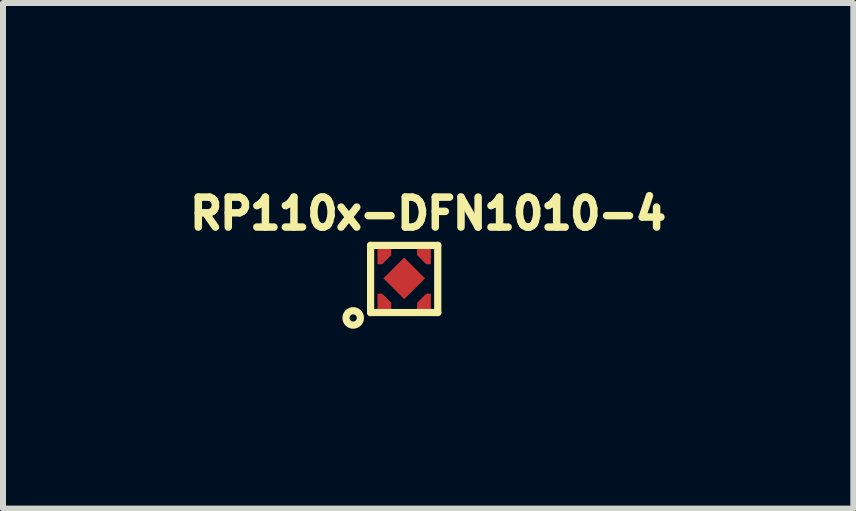
<source format=kicad_pcb>
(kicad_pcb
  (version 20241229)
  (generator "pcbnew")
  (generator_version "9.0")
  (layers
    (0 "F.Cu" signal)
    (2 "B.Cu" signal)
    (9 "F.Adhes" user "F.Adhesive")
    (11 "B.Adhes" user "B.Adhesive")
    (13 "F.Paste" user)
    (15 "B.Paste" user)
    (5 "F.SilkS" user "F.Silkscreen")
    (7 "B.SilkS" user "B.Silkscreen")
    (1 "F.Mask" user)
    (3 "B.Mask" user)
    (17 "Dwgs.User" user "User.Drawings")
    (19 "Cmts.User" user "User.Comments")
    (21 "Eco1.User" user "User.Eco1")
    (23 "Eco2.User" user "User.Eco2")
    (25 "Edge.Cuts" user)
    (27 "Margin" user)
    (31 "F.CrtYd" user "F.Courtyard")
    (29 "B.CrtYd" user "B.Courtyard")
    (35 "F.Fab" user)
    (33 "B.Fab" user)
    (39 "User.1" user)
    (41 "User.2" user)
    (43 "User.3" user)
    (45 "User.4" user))
  (footprint "RP110x-DFN1010-4"
    (layer "F.Cu")
    (at 3.13 2.162)
    (property "Reference" "RP110x-DFN1010-4" (at 0.96 -1.65 0) (layer "F.SilkS") (effects (font (size 0.5 0.5) (thickness 0.125))))
    (attr through_hole)
    (fp_line (start 0 -1.12) (end 1.12 -1.12) (stroke (width 0.12) (type solid)) (layer "F.SilkS"))
    (fp_line (start 0 0) (end 0 -1.12) (stroke (width 0.12) (type solid)) (layer "F.SilkS"))
    (fp_line (start 1.12 -1.12) (end 1.12 0) (stroke (width 0.12) (type solid)) (layer "F.SilkS"))
    (fp_line (start 1.12 0) (end 0 0) (stroke (width 0.12) (type solid)) (layer "F.SilkS"))
    (fp_circle (center -0.29 0.09) (end -0.17 0.09) (stroke (width 0.12) (type solid)) (fill no) (layer "F.SilkS"))
    (pad "1" smd custom (at 0.22 -0.16) (size 0.1 0.1) (layers "F.Cu" "F.Mask" "F.Paste") (options (anchor circle)) (primitives (gr_poly (pts (xy -0.1 0.1) (xy 0.12 0.1) (xy 0.12 0) (xy -0.03 -0.15) (xy -0.1 -0.15)) (width 0.01) (fill yes))))
    (pad "2" smd custom (at 0.91 -0.17) (size 0.1 0.1) (layers "F.Cu" "F.Mask" "F.Paste") (options (anchor circle)) (primitives (gr_poly (pts (xy 0.09 0.11) (xy -0.13 0.11) (xy -0.13 0.01) (xy 0.02 -0.14) (xy 0.09 -0.14)) (width 0.01) (fill yes))))
    (pad "3" smd custom (at 0.9 -0.96) (size 0.1 0.1) (layers "F.Cu" "F.Mask" "F.Paste") (options (anchor circle)) (primitives (gr_poly (pts (xy 0.1 -0.1) (xy -0.12 -0.1) (xy -0.12 0) (xy 0.03 0.15) (xy 0.1 0.15)) (width 0.01) (fill yes))))
    (pad "4" smd custom (at 0.22 -0.95) (size 0.1 0.1) (layers "F.Cu" "F.Mask" "F.Paste") (options (anchor circle)) (primitives (gr_poly (pts (xy -0.1 -0.11) (xy 0.12 -0.11) (xy 0.12 -0.01) (xy -0.03 0.14) (xy -0.1 0.14)) (width 0.01) (fill yes))))
    (pad "5" smd custom (at 0.56 -0.56) (size 0.1 0.1) (layers "F.Cu" "F.Mask" "F.Paste") (options (anchor circle)) (primitives (gr_poly (pts (xy 0.34 -0.01) (xy 0 0.33) (xy -0.34 -0.01) (xy 0 -0.35)) (width 0.01) (fill yes)))))
  (gr_rect
    (start -3 -3)
    (end 11.18 5.432)
    (stroke (width 0.1) (type default))
    (fill no)
    (layer "Edge.Cuts")))
</source>
